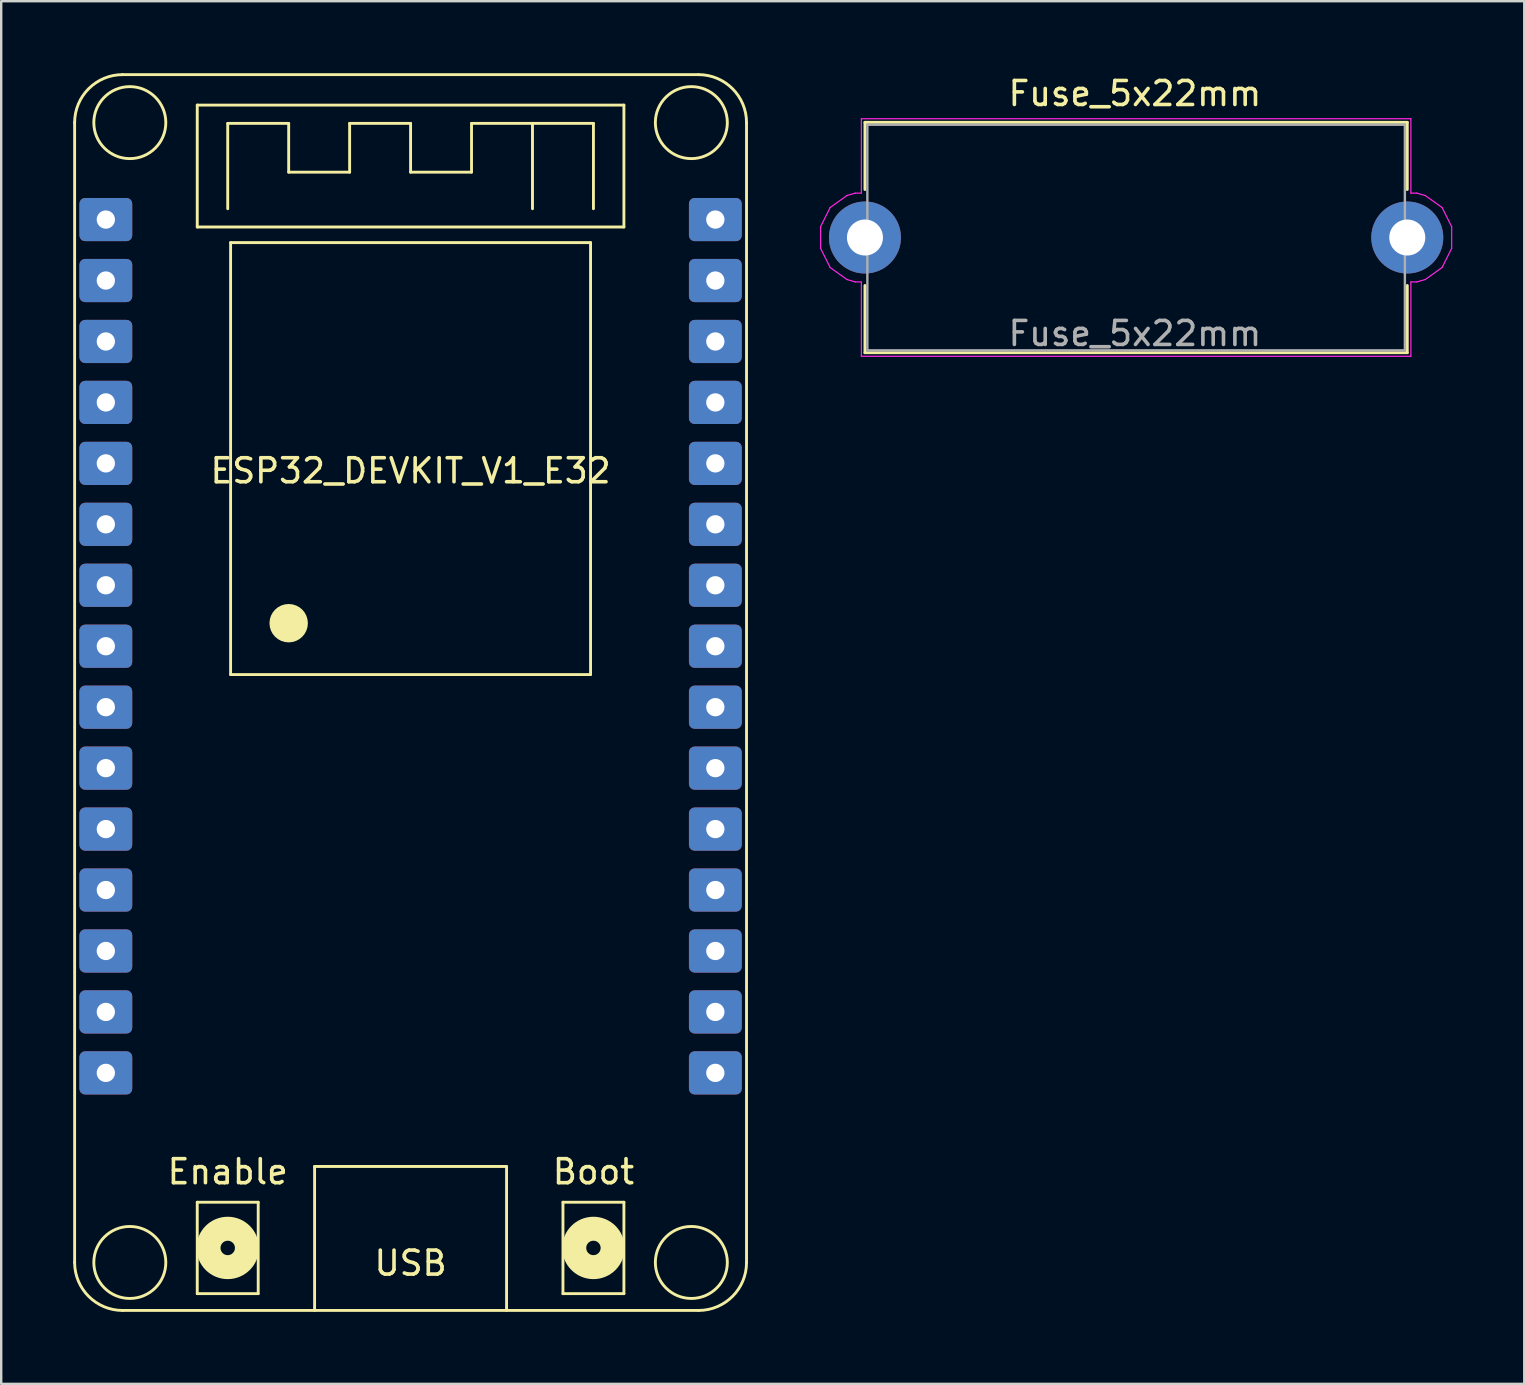
<source format=kicad_pcb>
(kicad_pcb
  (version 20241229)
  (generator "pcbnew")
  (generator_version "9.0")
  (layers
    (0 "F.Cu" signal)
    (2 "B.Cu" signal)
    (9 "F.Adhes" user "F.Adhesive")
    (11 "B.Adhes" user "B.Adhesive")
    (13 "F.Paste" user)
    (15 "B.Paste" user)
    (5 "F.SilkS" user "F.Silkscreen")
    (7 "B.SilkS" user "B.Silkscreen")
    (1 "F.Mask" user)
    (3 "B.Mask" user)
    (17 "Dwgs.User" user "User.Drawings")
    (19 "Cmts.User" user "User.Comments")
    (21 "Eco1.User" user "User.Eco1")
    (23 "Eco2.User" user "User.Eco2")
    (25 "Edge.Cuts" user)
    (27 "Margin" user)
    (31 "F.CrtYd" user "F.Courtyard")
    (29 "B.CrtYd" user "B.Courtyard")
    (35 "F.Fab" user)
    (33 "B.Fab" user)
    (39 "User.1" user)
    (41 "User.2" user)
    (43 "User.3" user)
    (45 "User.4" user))
  (footprint "ESP32_DEVKIT_V1_E32"
    (layer "F.Cu")
    (at 14.06 6.1)
    (property "Reference" "ESP32_DEVKIT_V1_E32" (at 0 10.47 0) (layer "F.SilkS") (effects (font (size 1 1) (thickness 0.15))))
    (attr smd)
    (fp_line (start -14 -4.04) (end -14 43.46) (stroke (width 0.12) (type solid)) (layer "F.SilkS"))
    (fp_line (start -12 -6.04) (end 12 -6.04) (stroke (width 0.12) (type solid)) (layer "F.SilkS"))
    (fp_line (start -12 45.46) (end 12 45.46) (stroke (width 0.12) (type solid)) (layer "F.SilkS"))
    (fp_line (start -8.89 -4.77) (end 8.89 -4.77) (stroke (width 0.12) (type solid)) (layer "F.SilkS"))
    (fp_line (start -8.89 0.31) (end -8.89 -4.77) (stroke (width 0.12) (type solid)) (layer "F.SilkS"))
    (fp_line (start -8.89 40.95) (end -6.35 40.95) (stroke (width 0.12) (type solid)) (layer "F.SilkS"))
    (fp_line (start -8.89 44.76) (end -8.89 40.95) (stroke (width 0.12) (type solid)) (layer "F.SilkS"))
    (fp_line (start -7.62 -4.008) (end -5.08 -4.008) (stroke (width 0.12) (type solid)) (layer "F.SilkS"))
    (fp_line (start -7.62 -0.452) (end -7.62 -4.008) (stroke (width 0.12) (type solid)) (layer "F.SilkS"))
    (fp_line (start -7.5 0.96) (end 7.5 0.96) (stroke (width 0.12) (type solid)) (layer "F.SilkS"))
    (fp_line (start -7.5 18.96) (end -7.5 0.96) (stroke (width 0.12) (type solid)) (layer "F.SilkS"))
    (fp_line (start -6.35 40.95) (end -6.35 44.76) (stroke (width 0.12) (type solid)) (layer "F.SilkS"))
    (fp_line (start -6.35 44.76) (end -8.89 44.76) (stroke (width 0.12) (type solid)) (layer "F.SilkS"))
    (fp_line (start -5.08 -4.008) (end -5.08 -1.976) (stroke (width 0.12) (type solid)) (layer "F.SilkS"))
    (fp_line (start -5.08 -1.976) (end -2.54 -1.976) (stroke (width 0.12) (type solid)) (layer "F.SilkS"))
    (fp_line (start -4 39.46) (end -4 45.46) (stroke (width 0.12) (type solid)) (layer "F.SilkS"))
    (fp_line (start -4 39.46) (end 4 39.46) (stroke (width 0.12) (type solid)) (layer "F.SilkS"))
    (fp_line (start -2.54 -4.008) (end 0 -4.008) (stroke (width 0.12) (type solid)) (layer "F.SilkS"))
    (fp_line (start -2.54 -1.976) (end -2.54 -4.008) (stroke (width 0.12) (type solid)) (layer "F.SilkS"))
    (fp_line (start 0 -4.008) (end 0 -1.976) (stroke (width 0.12) (type solid)) (layer "F.SilkS"))
    (fp_line (start 0 -1.976) (end 2.54 -1.976) (stroke (width 0.12) (type solid)) (layer "F.SilkS"))
    (fp_line (start 2.54 -4.008) (end 7.62 -4.008) (stroke (width 0.12) (type solid)) (layer "F.SilkS"))
    (fp_line (start 2.54 -1.976) (end 2.54 -4.008) (stroke (width 0.12) (type solid)) (layer "F.SilkS"))
    (fp_line (start 4 39.46) (end 4 45.46) (stroke (width 0.12) (type solid)) (layer "F.SilkS"))
    (fp_line (start 5.08 -4.008) (end 5.08 -0.452) (stroke (width 0.12) (type solid)) (layer "F.SilkS"))
    (fp_line (start 6.35 40.95) (end 8.89 40.95) (stroke (width 0.12) (type solid)) (layer "F.SilkS"))
    (fp_line (start 6.35 44.76) (end 6.35 40.95) (stroke (width 0.12) (type solid)) (layer "F.SilkS"))
    (fp_line (start 7.5 0.96) (end 7.5 18.96) (stroke (width 0.12) (type solid)) (layer "F.SilkS"))
    (fp_line (start 7.5 18.96) (end -7.5 18.96) (stroke (width 0.12) (type solid)) (layer "F.SilkS"))
    (fp_line (start 7.62 -4.008) (end 7.62 -0.452) (stroke (width 0.12) (type solid)) (layer "F.SilkS"))
    (fp_line (start 8.89 -4.77) (end 8.89 0.31) (stroke (width 0.12) (type solid)) (layer "F.SilkS"))
    (fp_line (start 8.89 0.31) (end -8.89 0.31) (stroke (width 0.12) (type solid)) (layer "F.SilkS"))
    (fp_line (start 8.89 40.95) (end 8.89 44.76) (stroke (width 0.12) (type solid)) (layer "F.SilkS"))
    (fp_line (start 8.89 44.76) (end 6.35 44.76) (stroke (width 0.12) (type solid)) (layer "F.SilkS"))
    (fp_line (start 14 43.46) (end 14 -4.04) (stroke (width 0.12) (type solid)) (layer "F.SilkS"))
    (fp_arc (start -14 -4.04) (mid -13.414214 -5.454214) (end -12 -6.04) (stroke (width 0.12) (type solid)) (layer "F.SilkS"))
    (fp_arc (start -12 45.46) (mid -13.414214 44.874214) (end -14 43.46) (stroke (width 0.12) (type solid)) (layer "F.SilkS"))
    (fp_arc (start 12 -6.04) (mid 13.414214 -5.454214) (end 14 -4.04) (stroke (width 0.12) (type solid)) (layer "F.SilkS"))
    (fp_arc (start 14 43.46) (mid 13.414214 44.874214) (end 12 45.46) (stroke (width 0.12) (type solid)) (layer "F.SilkS"))
    (fp_circle (center -11.7 -4.04) (end -10.2 -4.04) (stroke (width 0.12) (type solid)) (fill no) (layer "F.SilkS"))
    (fp_circle (center -11.7 43.46) (end -10.2 43.46) (stroke (width 0.12) (type solid)) (fill no) (layer "F.SilkS"))
    (fp_circle (center -7.62 42.855) (end -7.32 42.855) (stroke (width 1) (type solid)) (fill no) (layer "F.SilkS"))
    (fp_circle (center -5.08 16.82) (end -4.68 16.82) (stroke (width 0.8) (type solid)) (fill no) (layer "F.SilkS"))
    (fp_circle (center 7.62 42.855) (end 7.92 42.855) (stroke (width 1) (type solid)) (fill no) (layer "F.SilkS"))
    (fp_circle (center 11.7 -4.04) (end 13.2 -4.04) (stroke (width 0.12) (type solid)) (fill no) (layer "F.SilkS"))
    (fp_circle (center 11.7 43.46) (end 13.2 43.46) (stroke (width 0.12) (type solid)) (fill no) (layer "F.SilkS"))
    (fp_text user "Boot" (at 7.62 39.68 0) (layer "F.SilkS") (effects (font (size 1 1) (thickness 0.15))))
    (fp_text user "Enable" (at -7.62 39.68 0) (layer "F.SilkS") (effects (font (size 1 1) (thickness 0.15))))
    (fp_text user "USB" (at 0 43.49 0) (layer "F.SilkS") (effects (font (size 1 1) (thickness 0.15))))
    (pad "1" thru_hole roundrect (at -12.7 0) (size 2.2 1.8) (drill 0.762) (layers "*.Cu" "*.Mask") (roundrect_rratio 0.132))
    (pad "2" thru_hole roundrect (at -12.7 2.54) (size 2.2 1.8) (drill 0.762) (layers "*.Cu" "*.Mask") (roundrect_rratio 0.132))
    (pad "3" thru_hole roundrect (at -12.7 5.08) (size 2.2 1.8) (drill 0.762) (layers "*.Cu" "*.Mask") (roundrect_rratio 0.132))
    (pad "4" thru_hole roundrect (at -12.7 7.62) (size 2.2 1.8) (drill 0.762) (layers "*.Cu" "*.Mask") (roundrect_rratio 0.132))
    (pad "5" thru_hole roundrect (at -12.7 10.16) (size 2.2 1.8) (drill 0.762) (layers "*.Cu" "*.Mask") (roundrect_rratio 0.132))
    (pad "6" thru_hole roundrect (at -12.7 12.7) (size 2.2 1.8) (drill 0.762) (layers "*.Cu" "*.Mask") (roundrect_rratio 0.132))
    (pad "7" thru_hole roundrect (at -12.7 15.24) (size 2.2 1.8) (drill 0.762) (layers "*.Cu" "*.Mask") (roundrect_rratio 0.132))
    (pad "8" thru_hole roundrect (at -12.7 17.78) (size 2.2 1.8) (drill 0.762) (layers "*.Cu" "*.Mask") (roundrect_rratio 0.132))
    (pad "9" thru_hole roundrect (at -12.7 20.32) (size 2.2 1.8) (drill 0.762) (layers "*.Cu" "*.Mask") (roundrect_rratio 0.132))
    (pad "10" thru_hole roundrect (at -12.7 22.86) (size 2.2 1.8) (drill 0.762) (layers "*.Cu" "*.Mask") (roundrect_rratio 0.132))
    (pad "11" thru_hole roundrect (at -12.7 25.4) (size 2.2 1.8) (drill 0.762) (layers "*.Cu" "*.Mask") (roundrect_rratio 0.132))
    (pad "12" thru_hole roundrect (at -12.7 27.94) (size 2.2 1.8) (drill 0.762) (layers "*.Cu" "*.Mask") (roundrect_rratio 0.132))
    (pad "13" thru_hole roundrect (at -12.7 30.48) (size 2.2 1.8) (drill 0.762) (layers "*.Cu" "*.Mask") (roundrect_rratio 0.132))
    (pad "14" thru_hole roundrect (at -12.7 33.02) (size 2.2 1.8) (drill 0.762) (layers "*.Cu" "*.Mask") (roundrect_rratio 0.132))
    (pad "15" thru_hole roundrect (at -12.7 35.56) (size 2.2 1.8) (drill 0.762) (layers "*.Cu" "*.Mask") (roundrect_rratio 0.132))
    (pad "16" thru_hole roundrect (at 12.7 35.56) (size 2.2 1.8) (drill 0.762) (layers "*.Cu" "*.Mask") (roundrect_rratio 0.132))
    (pad "17" thru_hole roundrect (at 12.7 33.02) (size 2.2 1.8) (drill 0.762) (layers "*.Cu" "*.Mask") (roundrect_rratio 0.132))
    (pad "18" thru_hole roundrect (at 12.7 30.48) (size 2.2 1.8) (drill 0.762) (layers "*.Cu" "*.Mask") (roundrect_rratio 0.132))
    (pad "19" thru_hole roundrect (at 12.7 27.94) (size 2.2 1.8) (drill 0.762) (layers "*.Cu" "*.Mask") (roundrect_rratio 0.132))
    (pad "20" thru_hole roundrect (at 12.7 25.4) (size 2.2 1.8) (drill 0.762) (layers "*.Cu" "*.Mask") (roundrect_rratio 0.132))
    (pad "21" thru_hole roundrect (at 12.7 22.86) (size 2.2 1.8) (drill 0.762) (layers "*.Cu" "*.Mask") (roundrect_rratio 0.132))
    (pad "22" thru_hole roundrect (at 12.7 20.32) (size 2.2 1.8) (drill 0.762) (layers "*.Cu" "*.Mask") (roundrect_rratio 0.132))
    (pad "23" thru_hole roundrect (at 12.7 17.78) (size 2.2 1.8) (drill 0.762) (layers "*.Cu" "*.Mask") (roundrect_rratio 0.132))
    (pad "24" thru_hole roundrect (at 12.7 15.24) (size 2.2 1.8) (drill 0.762) (layers "*.Cu" "*.Mask") (roundrect_rratio 0.132))
    (pad "25" thru_hole roundrect (at 12.7 12.7) (size 2.2 1.8) (drill 0.762) (layers "*.Cu" "*.Mask") (roundrect_rratio 0.132))
    (pad "26" thru_hole roundrect (at 12.7 10.16) (size 2.2 1.8) (drill 0.762) (layers "*.Cu" "*.Mask") (roundrect_rratio 0.132))
    (pad "27" thru_hole roundrect (at 12.7 7.62) (size 2.2 1.8) (drill 0.762) (layers "*.Cu" "*.Mask") (roundrect_rratio 0.132))
    (pad "28" thru_hole roundrect (at 12.7 5.08) (size 2.2 1.8) (drill 0.762) (layers "*.Cu" "*.Mask") (roundrect_rratio 0.132))
    (pad "29" thru_hole roundrect (at 12.7 2.54) (size 2.2 1.8) (drill 0.762) (layers "*.Cu" "*.Mask") (roundrect_rratio 0.132))
    (pad "30" thru_hole roundrect (at 12.7 0) (size 2.2 1.8) (drill 0.762) (layers "*.Cu" "*.Mask") (roundrect_rratio 0.132)))
  (footprint "Fuse_5x22mm"
    (layer "F.Cu")
    (at 32.995 6.848)
    (property "Reference" "Fuse_5x22mm" (at 11.25 -6 0) (layer "F.SilkS") (effects (font (size 1 1) (thickness 0.15))))
    (attr through_hole)
    (fp_line (start 0 -4.8) (end 22.6 -4.8) (stroke (width 0.12) (type solid)) (layer "F.SilkS"))
    (fp_line (start 0 -2) (end 0 -4.8) (stroke (width 0.12) (type solid)) (layer "F.SilkS"))
    (fp_line (start 0 4.8) (end 0 2) (stroke (width 0.12) (type solid)) (layer "F.SilkS"))
    (fp_line (start 0 4.8) (end 22.6 4.8) (stroke (width 0.12) (type solid)) (layer "F.SilkS"))
    (fp_line (start 22.6 -2) (end 22.6 -4.8) (stroke (width 0.12) (type solid)) (layer "F.SilkS"))
    (fp_line (start 22.6 4.8) (end 22.6 2) (stroke (width 0.12) (type solid)) (layer "F.SilkS"))
    (fp_line (start -1.85 -0.45) (end -1.85 0.45) (stroke (width 0.05) (type solid)) (layer "F.CrtYd"))
    (fp_line (start -1.85 -0.45) (end -1.45 -1.25) (stroke (width 0.05) (type solid)) (layer "F.CrtYd"))
    (fp_line (start -1.45 1.25) (end -1.85 0.45) (stroke (width 0.05) (type solid)) (layer "F.CrtYd"))
    (fp_line (start -1.45 1.25) (end -0.75 1.75) (stroke (width 0.05) (type solid)) (layer "F.CrtYd"))
    (fp_line (start -0.75 -1.75) (end -1.45 -1.25) (stroke (width 0.05) (type solid)) (layer "F.CrtYd"))
    (fp_line (start -0.75 1.75) (end -0.4 1.85) (stroke (width 0.05) (type solid)) (layer "F.CrtYd"))
    (fp_line (start -0.4 -1.85) (end -0.75 -1.75) (stroke (width 0.05) (type solid)) (layer "F.CrtYd"))
    (fp_line (start -0.4 1.85) (end -0.15 1.85) (stroke (width 0.05) (type solid)) (layer "F.CrtYd"))
    (fp_line (start -0.15 -4.95) (end 22.75 -4.95) (stroke (width 0.05) (type solid)) (layer "F.CrtYd"))
    (fp_line (start -0.15 -1.85) (end -0.4 -1.85) (stroke (width 0.05) (type solid)) (layer "F.CrtYd"))
    (fp_line (start -0.15 -1.85) (end -0.15 -4.95) (stroke (width 0.05) (type solid)) (layer "F.CrtYd"))
    (fp_line (start -0.15 4.95) (end -0.15 1.85) (stroke (width 0.05) (type solid)) (layer "F.CrtYd"))
    (fp_line (start 22.75 -1.85) (end 22.75 -4.95) (stroke (width 0.05) (type solid)) (layer "F.CrtYd"))
    (fp_line (start 22.75 -1.85) (end 23 -1.85) (stroke (width 0.05) (type solid)) (layer "F.CrtYd"))
    (fp_line (start 22.75 1.85) (end 22.75 4.95) (stroke (width 0.05) (type solid)) (layer "F.CrtYd"))
    (fp_line (start 22.75 1.85) (end 23 1.85) (stroke (width 0.05) (type solid)) (layer "F.CrtYd"))
    (fp_line (start 22.75 4.95) (end -0.15 4.95) (stroke (width 0.05) (type solid)) (layer "F.CrtYd"))
    (fp_line (start 23 1.85) (end 23.35 1.75) (stroke (width 0.05) (type solid)) (layer "F.CrtYd"))
    (fp_line (start 23.35 -1.75) (end 23 -1.85) (stroke (width 0.05) (type solid)) (layer "F.CrtYd"))
    (fp_line (start 23.35 1.75) (end 24.05 1.25) (stroke (width 0.05) (type solid)) (layer "F.CrtYd"))
    (fp_line (start 24.05 -1.25) (end 23.35 -1.75) (stroke (width 0.05) (type solid)) (layer "F.CrtYd"))
    (fp_line (start 24.05 1.25) (end 24.45 0.45) (stroke (width 0.05) (type solid)) (layer "F.CrtYd"))
    (fp_line (start 24.45 -0.45) (end 24.05 -1.25) (stroke (width 0.05) (type solid)) (layer "F.CrtYd"))
    (fp_line (start 24.45 0.45) (end 24.45 -0.45) (stroke (width 0.05) (type solid)) (layer "F.CrtYd"))
    (fp_line (start 0.1 -4.7) (end 0.1 4.7) (stroke (width 0.1) (type solid)) (layer "F.Fab"))
    (fp_line (start 0.1 4.7) (end 22.5 4.7) (stroke (width 0.1) (type solid)) (layer "F.Fab"))
    (fp_line (start 22.5 -4.7) (end 0.1 -4.7) (stroke (width 0.1) (type solid)) (layer "F.Fab"))
    (fp_line (start 22.5 4.7) (end 22.5 -4.7) (stroke (width 0.1) (type solid)) (layer "F.Fab"))
    (fp_text user "${REFERENCE}" (at 11.25 4 0) (layer "F.Fab") (effects (font (size 1 1) (thickness 0.15))))
    (pad "1" thru_hole circle (at 0 0) (size 3 3) (drill 1.5) (layers "*.Cu" "*.Mask"))
    (pad "2" thru_hole circle (at 22.6 0) (size 3 3) (drill 1.5) (layers "*.Cu" "*.Mask")))
  (gr_rect
    (start -3 -3)
    (end 60.47 54.62)
    (stroke (width 0.1) (type default))
    (fill no)
    (layer "Edge.Cuts")))
</source>
